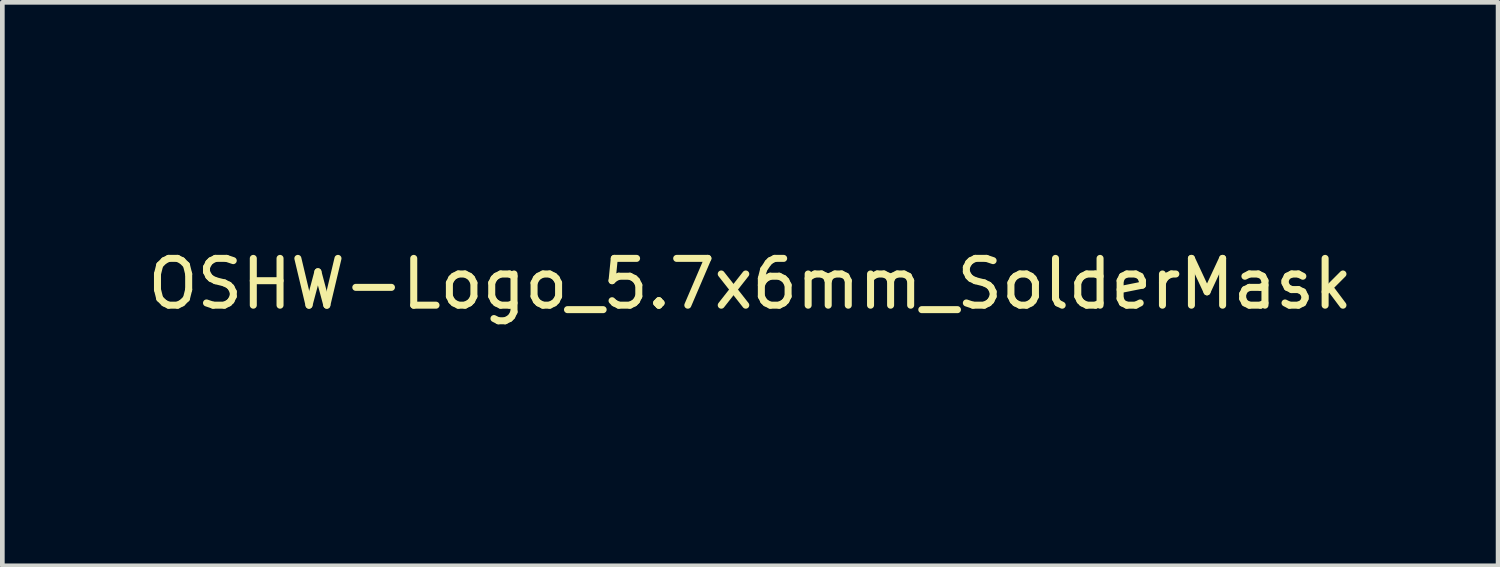
<source format=kicad_pcb>
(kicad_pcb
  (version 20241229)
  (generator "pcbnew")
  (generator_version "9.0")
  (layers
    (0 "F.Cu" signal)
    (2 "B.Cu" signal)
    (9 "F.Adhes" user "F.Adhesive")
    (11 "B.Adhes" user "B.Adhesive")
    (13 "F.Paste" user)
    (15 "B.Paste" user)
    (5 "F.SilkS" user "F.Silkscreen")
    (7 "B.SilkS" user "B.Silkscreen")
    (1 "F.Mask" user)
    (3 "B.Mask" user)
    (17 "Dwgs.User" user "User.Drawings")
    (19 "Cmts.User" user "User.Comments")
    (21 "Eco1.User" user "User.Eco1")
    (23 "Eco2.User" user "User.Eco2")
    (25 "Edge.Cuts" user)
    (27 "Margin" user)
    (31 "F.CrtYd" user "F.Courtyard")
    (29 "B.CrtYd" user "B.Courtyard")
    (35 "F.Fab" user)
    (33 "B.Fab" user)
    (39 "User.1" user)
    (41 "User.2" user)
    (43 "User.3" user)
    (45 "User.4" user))
  (footprint "OSHW-Logo_5.7x6mm_SolderMask"
    (layer "F.Cu")
    (at 12.982 3.017)
    (property "Reference" "OSHW-Logo_5.7x6mm_SolderMask" (at 0 0 0) (layer "F.SilkS") (effects (font (size 1 1) (thickness 0.15))))
    (attr exclude_from_pos_files exclude_from_bom)
    (fp_poly (pts (xy 1.799 1.458) (xy 1.843 1.471) (xy 1.871 1.488) (xy 1.88 1.501) (xy 1.877 1.517) (xy 1.861 1.541) (xy 1.847 1.559) (xy 1.819 1.59) (xy 1.798 1.604) (xy 1.78 1.603) (xy 1.726 1.589) (xy 1.687 1.59) (xy 1.655 1.605) (xy 1.644 1.614) (xy 1.61 1.646) (xy 1.61 2.062) (xy 1.471 2.062) (xy 1.471 1.459) (xy 1.54 1.459) (xy 1.582 1.46) (xy 1.603 1.466) (xy 1.61 1.477) (xy 1.61 1.478) (xy 1.612 1.49) (xy 1.626 1.488) (xy 1.644 1.48) (xy 1.682 1.464) (xy 1.713 1.454) (xy 1.753 1.451) (xy 1.799 1.458)) (stroke (width 0.01) (type solid)) (fill yes) (layer "F.Mask"))
    (fp_poly (pts (xy 1.635 2.401) (xy 1.684 2.411) (xy 1.711 2.425) (xy 1.74 2.449) (xy 1.699 2.501) (xy 1.673 2.532) (xy 1.656 2.547) (xy 1.639 2.55) (xy 1.614 2.542) (xy 1.602 2.538) (xy 1.554 2.532) (xy 1.51 2.545) (xy 1.478 2.576) (xy 1.473 2.585) (xy 1.467 2.611) (xy 1.463 2.659) (xy 1.46 2.725) (xy 1.459 2.806) (xy 1.459 2.817) (xy 1.459 3.018) (xy 1.32 3.018) (xy 1.32 2.402) (xy 1.389 2.402) (xy 1.429 2.403) (xy 1.45 2.407) (xy 1.458 2.418) (xy 1.459 2.428) (xy 1.459 2.454) (xy 1.492 2.428) (xy 1.53 2.41) (xy 1.581 2.401) (xy 1.635 2.401)) (stroke (width 0.01) (type solid)) (fill yes) (layer "F.Mask"))
    (fp_poly (pts (xy -0.993 2.403) (xy -0.975 2.409) (xy -0.968 2.421) (xy -0.968 2.427) (xy -0.967 2.442) (xy -0.96 2.445) (xy -0.939 2.434) (xy -0.927 2.427) (xy -0.889 2.411) (xy -0.844 2.403) (xy -0.797 2.403) (xy -0.752 2.409) (xy -0.716 2.42) (xy -0.693 2.436) (xy -0.688 2.456) (xy -0.69 2.462) (xy -0.707 2.485) (xy -0.733 2.513) (xy -0.738 2.517) (xy -0.762 2.538) (xy -0.784 2.545) (xy -0.814 2.54) (xy -0.826 2.537) (xy -0.863 2.529) (xy -0.889 2.533) (xy -0.911 2.545) (xy -0.931 2.561) (xy -0.946 2.581) (xy -0.956 2.609) (xy -0.963 2.648) (xy -0.967 2.704) (xy -0.968 2.779) (xy -0.968 2.824) (xy -0.968 3.018) (xy -1.094 3.018) (xy -1.094 2.402) (xy -1.031 2.402) (xy -0.993 2.403)) (stroke (width 0.01) (type solid)) (fill yes) (layer "F.Mask"))
    (fp_poly (pts (xy 0.993 1.654) (xy 0.995 1.747) (xy 0.999 1.817) (xy 1.008 1.867) (xy 1.022 1.902) (xy 1.042 1.923) (xy 1.071 1.933) (xy 1.107 1.936) (xy 1.144 1.933) (xy 1.172 1.922) (xy 1.192 1.9) (xy 1.206 1.865) (xy 1.214 1.814) (xy 1.219 1.742) (xy 1.22 1.654) (xy 1.22 1.459) (xy 1.358 1.459) (xy 1.358 2.062) (xy 1.289 2.062) (xy 1.247 2.06) (xy 1.226 2.055) (xy 1.22 2.043) (xy 1.216 2.033) (xy 1.202 2.035) (xy 1.173 2.05) (xy 1.106 2.071) (xy 1.036 2.07) (xy 0.968 2.046) (xy 0.936 2.027) (xy 0.912 2.007) (xy 0.894 1.982) (xy 0.881 1.947) (xy 0.874 1.901) (xy 0.87 1.839) (xy 0.868 1.758) (xy 0.868 1.695) (xy 0.868 1.459) (xy 0.993 1.459) (xy 0.993 1.654)) (stroke (width 0.01) (type solid)) (fill yes) (layer "F.Mask"))
    (fp_poly (pts (xy -0.754 1.469) (xy -0.723 1.484) (xy -0.692 1.506) (xy -0.669 1.53) (xy -0.652 1.562) (xy -0.641 1.604) (xy -0.634 1.66) (xy -0.63 1.734) (xy -0.629 1.829) (xy -0.629 1.839) (xy -0.629 2.062) (xy -0.767 2.062) (xy -0.767 1.856) (xy -0.767 1.78) (xy -0.768 1.725) (xy -0.77 1.687) (xy -0.773 1.661) (xy -0.779 1.643) (xy -0.788 1.63) (xy -0.8 1.618) (xy -0.843 1.59) (xy -0.89 1.585) (xy -0.934 1.602) (xy -0.95 1.615) (xy -0.961 1.627) (xy -0.969 1.641) (xy -0.975 1.659) (xy -0.978 1.686) (xy -0.98 1.726) (xy -0.981 1.784) (xy -0.981 1.854) (xy -0.981 2.062) (xy -1.119 2.062) (xy -1.119 1.459) (xy -1.05 1.459) (xy -1.008 1.46) (xy -0.987 1.466) (xy -0.981 1.477) (xy -0.981 1.478) (xy -0.978 1.489) (xy -0.965 1.488) (xy -0.94 1.475) (xy -0.883 1.457) (xy -0.817 1.455) (xy -0.754 1.469)) (stroke (width 0.01) (type solid)) (fill yes) (layer "F.Mask"))
    (fp_poly (pts (xy 2.217 1.464) (xy 2.29 1.495) (xy 2.313 1.51) (xy 2.342 1.533) (xy 2.361 1.551) (xy 2.364 1.557) (xy 2.355 1.57) (xy 2.332 1.593) (xy 2.313 1.608) (xy 2.263 1.649) (xy 2.223 1.615) (xy 2.192 1.594) (xy 2.162 1.586) (xy 2.127 1.588) (xy 2.073 1.602) (xy 2.035 1.63) (xy 2.012 1.675) (xy 2.002 1.741) (xy 2.002 1.741) (xy 2.002 1.815) (xy 2.016 1.869) (xy 2.044 1.906) (xy 2.063 1.918) (xy 2.114 1.934) (xy 2.168 1.934) (xy 2.215 1.919) (xy 2.226 1.911) (xy 2.253 1.893) (xy 2.275 1.889) (xy 2.299 1.903) (xy 2.325 1.929) (xy 2.366 1.971) (xy 2.32 2.008) (xy 2.25 2.051) (xy 2.17 2.072) (xy 2.087 2.07) (xy 2.033 2.056) (xy 1.969 2.022) (xy 1.918 1.968) (xy 1.895 1.93) (xy 1.876 1.876) (xy 1.867 1.806) (xy 1.867 1.731) (xy 1.876 1.659) (xy 1.894 1.599) (xy 1.897 1.593) (xy 1.94 1.532) (xy 1.998 1.488) (xy 2.067 1.461) (xy 2.141 1.453) (xy 2.217 1.464)) (stroke (width 0.01) (type solid)) (fill yes) (layer "F.Mask"))
    (fp_poly (pts (xy 0.611 1.466) (xy 0.674 1.501) (xy 0.724 1.555) (xy 0.748 1.6) (xy 0.758 1.639) (xy 0.764 1.695) (xy 0.767 1.76) (xy 0.766 1.824) (xy 0.761 1.881) (xy 0.755 1.912) (xy 0.734 1.953) (xy 0.698 1.997) (xy 0.656 2.036) (xy 0.613 2.061) (xy 0.612 2.061) (xy 0.56 2.072) (xy 0.497 2.073) (xy 0.438 2.063) (xy 0.415 2.055) (xy 0.356 2.021) (xy 0.314 1.978) (xy 0.286 1.92) (xy 0.271 1.844) (xy 0.267 1.804) (xy 0.268 1.754) (xy 0.402 1.754) (xy 0.407 1.827) (xy 0.42 1.882) (xy 0.441 1.918) (xy 0.456 1.928) (xy 0.493 1.935) (xy 0.539 1.933) (xy 0.577 1.923) (xy 0.588 1.917) (xy 0.615 1.885) (xy 0.632 1.835) (xy 0.64 1.774) (xy 0.636 1.708) (xy 0.628 1.669) (xy 0.604 1.624) (xy 0.567 1.595) (xy 0.522 1.586) (xy 0.475 1.596) (xy 0.439 1.621) (xy 0.42 1.642) (xy 0.409 1.662) (xy 0.404 1.69) (xy 0.402 1.733) (xy 0.402 1.754) (xy 0.268 1.754) (xy 0.268 1.698) (xy 0.285 1.611) (xy 0.319 1.543) (xy 0.369 1.494) (xy 0.435 1.464) (xy 0.45 1.46) (xy 0.535 1.452) (xy 0.611 1.466)) (stroke (width 0.01) (type solid)) (fill yes) (layer "F.Mask"))
    (fp_poly (pts (xy 0.282 2.404) (xy 0.331 2.408) (xy 0.461 2.798) (xy 0.482 2.729) (xy 0.494 2.686) (xy 0.51 2.628) (xy 0.528 2.565) (xy 0.537 2.531) (xy 0.571 2.402) (xy 0.714 2.402) (xy 0.672 2.537) (xy 0.651 2.603) (xy 0.625 2.684) (xy 0.599 2.767) (xy 0.575 2.842) (xy 0.521 3.012) (xy 0.463 3.015) (xy 0.404 3.019) (xy 0.373 2.915) (xy 0.353 2.85) (xy 0.332 2.778) (xy 0.313 2.715) (xy 0.313 2.713) (xy 0.299 2.67) (xy 0.286 2.641) (xy 0.278 2.63) (xy 0.276 2.631) (xy 0.27 2.648) (xy 0.258 2.685) (xy 0.242 2.736) (xy 0.224 2.798) (xy 0.214 2.832) (xy 0.159 3.018) (xy 0.043 3.018) (xy -0.049 2.725) (xy -0.075 2.643) (xy -0.099 2.569) (xy -0.119 2.506) (xy -0.135 2.457) (xy -0.145 2.426) (xy -0.148 2.417) (xy -0.146 2.407) (xy -0.127 2.403) (xy -0.087 2.404) (xy -0.081 2.404) (xy -0.008 2.408) (xy 0.04 2.584) (xy 0.058 2.648) (xy 0.073 2.705) (xy 0.086 2.748) (xy 0.094 2.775) (xy 0.095 2.779) (xy 0.101 2.774) (xy 0.113 2.749) (xy 0.13 2.706) (xy 0.15 2.65) (xy 0.167 2.599) (xy 0.232 2.401) (xy 0.282 2.404)) (stroke (width 0.01) (type solid)) (fill yes) (layer "F.Mask"))
    (fp_poly (pts (xy -2.538 1.465) (xy -2.472 1.494) (xy -2.423 1.543) (xy -2.388 1.611) (xy -2.37 1.699) (xy -2.369 1.712) (xy -2.368 1.809) (xy -2.381 1.894) (xy -2.408 1.962) (xy -2.423 1.984) (xy -2.473 2.031) (xy -2.538 2.061) (xy -2.61 2.074) (xy -2.683 2.067) (xy -2.739 2.048) (xy -2.787 2.015) (xy -2.826 1.971) (xy -2.827 1.97) (xy -2.843 1.943) (xy -2.853 1.916) (xy -2.86 1.882) (xy -2.863 1.834) (xy -2.865 1.795) (xy -2.866 1.759) (xy -2.74 1.759) (xy -2.739 1.795) (xy -2.734 1.842) (xy -2.726 1.872) (xy -2.712 1.894) (xy -2.699 1.907) (xy -2.652 1.933) (xy -2.603 1.937) (xy -2.557 1.918) (xy -2.534 1.896) (xy -2.517 1.875) (xy -2.507 1.854) (xy -2.503 1.828) (xy -2.503 1.788) (xy -2.504 1.751) (xy -2.507 1.698) (xy -2.512 1.664) (xy -2.52 1.641) (xy -2.533 1.624) (xy -2.544 1.615) (xy -2.589 1.589) (xy -2.637 1.588) (xy -2.678 1.603) (xy -2.713 1.635) (xy -2.733 1.687) (xy -2.74 1.759) (xy -2.866 1.759) (xy -2.866 1.717) (xy -2.864 1.658) (xy -2.856 1.614) (xy -2.843 1.579) (xy -2.822 1.549) (xy -2.814 1.539) (xy -2.766 1.494) (xy -2.714 1.467) (xy -2.651 1.456) (xy -2.62 1.455) (xy -2.538 1.465)) (stroke (width 0.01) (type solid)) (fill yes) (layer "F.Mask"))
    (fp_poly (pts (xy -0.201 3.018) (xy -0.27 3.018) (xy -0.31 3.017) (xy -0.331 3.012) (xy -0.339 3.001) (xy -0.34 2.994) (xy -0.341 2.98) (xy -0.349 2.977) (xy -0.37 2.986) (xy -0.386 2.994) (xy -0.449 3.014) (xy -0.517 3.015) (xy -0.573 3) (xy -0.624 2.965) (xy -0.664 2.913) (xy -0.685 2.851) (xy -0.686 2.848) (xy -0.689 2.811) (xy -0.691 2.757) (xy -0.691 2.716) (xy -0.553 2.716) (xy -0.55 2.77) (xy -0.543 2.815) (xy -0.533 2.84) (xy -0.496 2.874) (xy -0.452 2.887) (xy -0.407 2.877) (xy -0.368 2.847) (xy -0.353 2.827) (xy -0.345 2.803) (xy -0.34 2.768) (xy -0.34 2.716) (xy -0.341 2.664) (xy -0.346 2.619) (xy -0.353 2.588) (xy -0.354 2.585) (xy -0.38 2.553) (xy -0.42 2.535) (xy -0.463 2.532) (xy -0.504 2.545) (xy -0.534 2.573) (xy -0.537 2.578) (xy -0.547 2.612) (xy -0.552 2.661) (xy -0.553 2.716) (xy -0.691 2.716) (xy -0.691 2.696) (xy -0.69 2.663) (xy -0.684 2.581) (xy -0.671 2.52) (xy -0.649 2.474) (xy -0.618 2.441) (xy -0.587 2.421) (xy -0.544 2.407) (xy -0.491 2.402) (xy -0.436 2.406) (xy -0.39 2.418) (xy -0.365 2.433) (xy -0.34 2.456) (xy -0.34 2.163) (xy -0.201 2.163) (xy -0.201 3.018)) (stroke (width 0.01) (type solid)) (fill yes) (layer "F.Mask"))
    (fp_poly (pts (xy 2.678 1.456) (xy 2.71 1.464) (xy 2.772 1.493) (xy 2.825 1.537) (xy 2.861 1.589) (xy 2.866 1.601) (xy 2.873 1.632) (xy 2.878 1.677) (xy 2.88 1.723) (xy 2.88 1.811) (xy 2.697 1.811) (xy 2.622 1.811) (xy 2.569 1.813) (xy 2.535 1.817) (xy 2.518 1.826) (xy 2.514 1.84) (xy 2.521 1.86) (xy 2.533 1.884) (xy 2.566 1.925) (xy 2.612 1.945) (xy 2.669 1.944) (xy 2.733 1.922) (xy 2.788 1.895) (xy 2.834 1.932) (xy 2.88 1.968) (xy 2.837 2.008) (xy 2.779 2.046) (xy 2.708 2.068) (xy 2.632 2.075) (xy 2.558 2.063) (xy 2.546 2.059) (xy 2.481 2.026) (xy 2.433 1.975) (xy 2.4 1.906) (xy 2.382 1.818) (xy 2.382 1.816) (xy 2.381 1.72) (xy 2.387 1.686) (xy 2.515 1.686) (xy 2.527 1.691) (xy 2.558 1.695) (xy 2.605 1.697) (xy 2.635 1.698) (xy 2.691 1.697) (xy 2.725 1.696) (xy 2.744 1.692) (xy 2.75 1.685) (xy 2.748 1.674) (xy 2.747 1.669) (xy 2.724 1.627) (xy 2.689 1.594) (xy 2.658 1.579) (xy 2.616 1.58) (xy 2.574 1.598) (xy 2.539 1.629) (xy 2.518 1.666) (xy 2.515 1.686) (xy 2.387 1.686) (xy 2.397 1.635) (xy 2.429 1.564) (xy 2.475 1.509) (xy 2.533 1.471) (xy 2.601 1.453) (xy 2.678 1.456)) (stroke (width 0.01) (type solid)) (fill yes) (layer "F.Mask"))
    (fp_poly (pts (xy 0.014 1.456) (xy 0.062 1.465) (xy 0.111 1.484) (xy 0.116 1.487) (xy 0.154 1.506) (xy 0.18 1.525) (xy 0.188 1.537) (xy 0.18 1.556) (xy 0.161 1.584) (xy 0.152 1.594) (xy 0.117 1.636) (xy 0.071 1.609) (xy 0.027 1.591) (xy -0.023 1.581) (xy -0.071 1.581) (xy -0.109 1.59) (xy -0.117 1.595) (xy -0.135 1.621) (xy -0.137 1.651) (xy -0.124 1.674) (xy -0.116 1.679) (xy -0.094 1.684) (xy -0.054 1.691) (xy -0.005 1.697) (xy 0.004 1.698) (xy 0.083 1.712) (xy 0.14 1.735) (xy 0.178 1.77) (xy 0.199 1.818) (xy 0.206 1.878) (xy 0.197 1.945) (xy 0.167 1.998) (xy 0.117 2.037) (xy 0.047 2.061) (xy -0.031 2.071) (xy -0.095 2.071) (xy -0.147 2.062) (xy -0.182 2.05) (xy -0.227 2.029) (xy -0.268 2.005) (xy -0.283 1.994) (xy -0.321 1.963) (xy -0.275 1.917) (xy -0.23 1.871) (xy -0.178 1.905) (xy -0.126 1.931) (xy -0.071 1.944) (xy -0.017 1.946) (xy 0.028 1.935) (xy 0.06 1.914) (xy 0.07 1.895) (xy 0.069 1.865) (xy 0.043 1.843) (xy -0.007 1.827) (xy -0.061 1.82) (xy -0.145 1.806) (xy -0.207 1.78) (xy -0.248 1.741) (xy -0.27 1.688) (xy -0.273 1.625) (xy -0.258 1.56) (xy -0.225 1.51) (xy -0.171 1.476) (xy -0.099 1.458) (xy -0.045 1.455) (xy 0.014 1.456)) (stroke (width 0.01) (type solid)) (fill yes) (layer "F.Mask"))
    (fp_poly (pts (xy 2.033 2.405) (xy 2.093 2.421) (xy 2.143 2.453) (xy 2.167 2.477) (xy 2.207 2.534) (xy 2.23 2.6) (xy 2.238 2.681) (xy 2.238 2.688) (xy 2.238 2.754) (xy 1.858 2.754) (xy 1.866 2.788) (xy 1.881 2.82) (xy 1.907 2.852) (xy 1.912 2.857) (xy 1.958 2.886) (xy 2.01 2.89) (xy 2.071 2.872) (xy 2.081 2.867) (xy 2.112 2.852) (xy 2.133 2.843) (xy 2.137 2.842) (xy 2.15 2.85) (xy 2.174 2.869) (xy 2.187 2.879) (xy 2.212 2.903) (xy 2.221 2.919) (xy 2.215 2.934) (xy 2.212 2.938) (xy 2.191 2.955) (xy 2.156 2.976) (xy 2.131 2.988) (xy 2.062 3.01) (xy 1.985 3.017) (xy 1.913 3.009) (xy 1.892 3.003) (xy 1.829 2.969) (xy 1.783 2.917) (xy 1.752 2.846) (xy 1.737 2.757) (xy 1.736 2.71) (xy 1.74 2.641) (xy 1.861 2.641) (xy 1.873 2.646) (xy 1.904 2.65) (xy 1.95 2.653) (xy 1.98 2.653) (xy 2.036 2.653) (xy 2.071 2.651) (xy 2.09 2.647) (xy 2.098 2.639) (xy 2.1 2.628) (xy 2.089 2.594) (xy 2.062 2.561) (xy 2.026 2.535) (xy 1.991 2.525) (xy 1.942 2.534) (xy 1.9 2.561) (xy 1.871 2.6) (xy 1.861 2.641) (xy 1.74 2.641) (xy 1.743 2.61) (xy 1.764 2.531) (xy 1.8 2.471) (xy 1.852 2.431) (xy 1.92 2.408) (xy 1.957 2.404) (xy 2.033 2.405)) (stroke (width 0.01) (type solid)) (fill yes) (layer "F.Mask"))
    (fp_poly (pts (xy -1.357 1.473) (xy -1.344 1.479) (xy -1.301 1.51) (xy -1.26 1.557) (xy -1.229 1.608) (xy -1.22 1.631) (xy -1.213 1.673) (xy -1.208 1.724) (xy -1.207 1.745) (xy -1.207 1.811) (xy -1.587 1.811) (xy -1.579 1.845) (xy -1.559 1.886) (xy -1.524 1.922) (xy -1.483 1.944) (xy -1.457 1.949) (xy -1.421 1.943) (xy -1.378 1.929) (xy -1.364 1.922) (xy -1.31 1.896) (xy -1.265 1.93) (xy -1.238 1.954) (xy -1.224 1.973) (xy -1.223 1.979) (xy -1.236 1.993) (xy -1.263 2.014) (xy -1.288 2.03) (xy -1.356 2.06) (xy -1.431 2.073) (xy -1.506 2.07) (xy -1.565 2.052) (xy -1.627 2.013) (xy -1.671 1.962) (xy -1.698 1.895) (xy -1.71 1.811) (xy -1.711 1.773) (xy -1.707 1.685) (xy -1.706 1.682) (xy -1.581 1.682) (xy -1.577 1.691) (xy -1.563 1.695) (xy -1.533 1.697) (xy -1.485 1.698) (xy -1.466 1.698) (xy -1.408 1.697) (xy -1.372 1.694) (xy -1.353 1.689) (xy -1.346 1.681) (xy -1.345 1.679) (xy -1.353 1.658) (xy -1.373 1.63) (xy -1.382 1.62) (xy -1.413 1.591) (xy -1.446 1.58) (xy -1.464 1.579) (xy -1.512 1.591) (xy -1.552 1.622) (xy -1.577 1.668) (xy -1.578 1.669) (xy -1.581 1.682) (xy -1.706 1.682) (xy -1.692 1.616) (xy -1.666 1.56) (xy -1.634 1.521) (xy -1.574 1.478) (xy -1.504 1.455) (xy -1.43 1.453) (xy -1.357 1.473)) (stroke (width 0.01) (type solid)) (fill yes) (layer "F.Mask"))
    (fp_poly (pts (xy 1.038 2.405) (xy 1.091 2.418) (xy 1.107 2.425) (xy 1.136 2.443) (xy 1.159 2.463) (xy 1.176 2.489) (xy 1.188 2.524) (xy 1.196 2.572) (xy 1.201 2.636) (xy 1.204 2.72) (xy 1.205 2.776) (xy 1.209 3.018) (xy 1.139 3.018) (xy 1.096 3.016) (xy 1.074 3.01) (xy 1.069 3) (xy 1.066 2.989) (xy 1.052 2.991) (xy 1.034 3) (xy 0.989 3.013) (xy 0.93 3.017) (xy 0.868 3.011) (xy 0.814 2.996) (xy 0.809 2.993) (xy 0.759 2.958) (xy 0.726 2.909) (xy 0.711 2.852) (xy 0.712 2.832) (xy 0.836 2.832) (xy 0.846 2.859) (xy 0.879 2.879) (xy 0.931 2.89) (xy 0.959 2.891) (xy 1.005 2.888) (xy 1.036 2.874) (xy 1.044 2.867) (xy 1.064 2.831) (xy 1.069 2.798) (xy 1.069 2.754) (xy 1.008 2.754) (xy 0.936 2.757) (xy 0.886 2.769) (xy 0.855 2.789) (xy 0.848 2.798) (xy 0.836 2.832) (xy 0.712 2.832) (xy 0.714 2.792) (xy 0.737 2.735) (xy 0.768 2.697) (xy 0.786 2.68) (xy 0.805 2.669) (xy 0.829 2.662) (xy 0.864 2.658) (xy 0.917 2.656) (xy 0.938 2.655) (xy 1.069 2.651) (xy 1.069 2.611) (xy 1.064 2.569) (xy 1.045 2.544) (xy 1.008 2.528) (xy 1.007 2.528) (xy 0.954 2.521) (xy 0.903 2.53) (xy 0.865 2.55) (xy 0.849 2.56) (xy 0.833 2.558) (xy 0.807 2.544) (xy 0.792 2.534) (xy 0.763 2.512) (xy 0.745 2.496) (xy 0.742 2.491) (xy 0.754 2.467) (xy 0.789 2.438) (xy 0.805 2.428) (xy 0.849 2.412) (xy 0.908 2.402) (xy 0.974 2.4) (xy 1.038 2.405)) (stroke (width 0.01) (type solid)) (fill yes) (layer "F.Mask"))
    (fp_poly (pts (xy -1.384 2.407) (xy -1.325 2.422) (xy -1.28 2.451) (xy -1.248 2.488) (xy -1.238 2.504) (xy -1.231 2.521) (xy -1.226 2.543) (xy -1.223 2.573) (xy -1.221 2.615) (xy -1.22 2.674) (xy -1.22 2.753) (xy -1.22 2.774) (xy -1.22 3.018) (xy -1.28 3.018) (xy -1.319 3.015) (xy -1.347 3.008) (xy -1.354 3.004) (xy -1.374 2.997) (xy -1.394 3.004) (xy -1.426 3.013) (xy -1.474 3.017) (xy -1.527 3.015) (xy -1.575 3.009) (xy -1.603 3) (xy -1.658 2.965) (xy -1.692 2.916) (xy -1.707 2.852) (xy -1.707 2.85) (xy -1.706 2.822) (xy -1.584 2.822) (xy -1.574 2.854) (xy -1.556 2.873) (xy -1.522 2.886) (xy -1.476 2.892) (xy -1.429 2.889) (xy -1.392 2.878) (xy -1.381 2.871) (xy -1.363 2.839) (xy -1.358 2.802) (xy -1.358 2.754) (xy -1.428 2.754) (xy -1.494 2.759) (xy -1.544 2.773) (xy -1.575 2.796) (xy -1.584 2.822) (xy -1.706 2.822) (xy -1.704 2.78) (xy -1.681 2.724) (xy -1.637 2.682) (xy -1.631 2.678) (xy -1.605 2.665) (xy -1.573 2.658) (xy -1.528 2.654) (xy -1.474 2.653) (xy -1.358 2.653) (xy -1.358 2.604) (xy -1.363 2.567) (xy -1.376 2.541) (xy -1.377 2.54) (xy -1.405 2.529) (xy -1.447 2.525) (xy -1.494 2.527) (xy -1.535 2.535) (xy -1.56 2.547) (xy -1.573 2.557) (xy -1.587 2.559) (xy -1.607 2.551) (xy -1.636 2.531) (xy -1.68 2.497) (xy -1.684 2.494) (xy -1.682 2.482) (xy -1.665 2.463) (xy -1.638 2.441) (xy -1.61 2.423) (xy -1.6 2.419) (xy -1.567 2.41) (xy -1.519 2.404) (xy -1.465 2.402) (xy -1.462 2.402) (xy -1.384 2.407)) (stroke (width 0.01) (type solid)) (fill yes) (layer "F.Mask"))
    (fp_poly (pts (xy -1.909 1.469) (xy -1.882 1.482) (xy -1.85 1.505) (xy -1.826 1.53) (xy -1.809 1.561) (xy -1.799 1.603) (xy -1.794 1.66) (xy -1.792 1.736) (xy -1.792 1.769) (xy -1.792 1.841) (xy -1.794 1.892) (xy -1.796 1.927) (xy -1.802 1.952) (xy -1.81 1.97) (xy -1.818 1.982) (xy -1.87 2.034) (xy -1.932 2.065) (xy -1.999 2.075) (xy -2.066 2.061) (xy -2.087 2.051) (xy -2.138 2.025) (xy -2.138 2.44) (xy -2.101 2.421) (xy -2.052 2.406) (xy -1.992 2.402) (xy -1.932 2.409) (xy -1.886 2.425) (xy -1.849 2.455) (xy -1.817 2.498) (xy -1.814 2.502) (xy -1.804 2.523) (xy -1.797 2.544) (xy -1.791 2.57) (xy -1.788 2.604) (xy -1.786 2.651) (xy -1.786 2.715) (xy -1.786 2.787) (xy -1.786 3.018) (xy -1.924 3.018) (xy -1.924 2.593) (xy -1.963 2.56) (xy -2.003 2.534) (xy -2.041 2.529) (xy -2.079 2.541) (xy -2.099 2.553) (xy -2.115 2.57) (xy -2.125 2.596) (xy -2.133 2.634) (xy -2.137 2.688) (xy -2.14 2.761) (xy -2.141 2.81) (xy -2.144 3.012) (xy -2.21 3.015) (xy -2.276 3.019) (xy -2.276 1.771) (xy -2.138 1.771) (xy -2.134 1.84) (xy -2.122 1.889) (xy -2.1 1.919) (xy -2.066 1.933) (xy -2.031 1.936) (xy -1.991 1.933) (xy -1.965 1.92) (xy -1.949 1.902) (xy -1.936 1.883) (xy -1.928 1.862) (xy -1.925 1.832) (xy -1.925 1.787) (xy -1.926 1.75) (xy -1.929 1.694) (xy -1.932 1.657) (xy -1.939 1.633) (xy -1.95 1.617) (xy -1.96 1.608) (xy -2.002 1.589) (xy -2.052 1.585) (xy -2.08 1.592) (xy -2.109 1.616) (xy -2.128 1.664) (xy -2.137 1.734) (xy -2.138 1.771) (xy -2.276 1.771) (xy -2.276 1.459) (xy -2.207 1.459) (xy -2.165 1.46) (xy -2.144 1.466) (xy -2.138 1.477) (xy -2.138 1.478) (xy -2.135 1.489) (xy -2.122 1.488) (xy -2.097 1.475) (xy -2.038 1.457) (xy -1.972 1.455) (xy -1.909 1.469)) (stroke (width 0.01) (type solid)) (fill yes) (layer "F.Mask"))
    (fp_poly (pts (xy 0.377 -2.71) (xy 0.434 -2.408) (xy 0.853 -2.235) (xy 1.105 -2.407) (xy 1.175 -2.454) (xy 1.239 -2.497) (xy 1.293 -2.532) (xy 1.334 -2.559) (xy 1.36 -2.574) (xy 1.367 -2.578) (xy 1.379 -2.569) (xy 1.406 -2.545) (xy 1.444 -2.509) (xy 1.491 -2.464) (xy 1.542 -2.413) (xy 1.596 -2.358) (xy 1.649 -2.304) (xy 1.698 -2.253) (xy 1.741 -2.208) (xy 1.773 -2.172) (xy 1.793 -2.148) (xy 1.798 -2.14) (xy 1.791 -2.125) (xy 1.772 -2.093) (xy 1.742 -2.047) (xy 1.705 -1.989) (xy 1.66 -1.923) (xy 1.635 -1.886) (xy 1.588 -1.817) (xy 1.546 -1.755) (xy 1.512 -1.703) (xy 1.487 -1.664) (xy 1.473 -1.641) (xy 1.471 -1.636) (xy 1.476 -1.622) (xy 1.489 -1.59) (xy 1.508 -1.544) (xy 1.531 -1.488) (xy 1.557 -1.427) (xy 1.583 -1.366) (xy 1.607 -1.31) (xy 1.628 -1.262) (xy 1.643 -1.228) (xy 1.651 -1.211) (xy 1.652 -1.211) (xy 1.665 -1.208) (xy 1.699 -1.201) (xy 1.75 -1.191) (xy 1.816 -1.178) (xy 1.893 -1.163) (xy 1.937 -1.155) (xy 2.019 -1.14) (xy 2.093 -1.125) (xy 2.155 -1.112) (xy 2.202 -1.101) (xy 2.23 -1.093) (xy 2.235 -1.091) (xy 2.241 -1.074) (xy 2.245 -1.037) (xy 2.248 -0.983) (xy 2.251 -0.917) (xy 2.252 -0.844) (xy 2.252 -0.767) (xy 2.251 -0.691) (xy 2.249 -0.621) (xy 2.246 -0.56) (xy 2.243 -0.514) (xy 2.238 -0.486) (xy 2.235 -0.48) (xy 2.217 -0.473) (xy 2.179 -0.463) (xy 2.127 -0.451) (xy 2.065 -0.439) (xy 2.043 -0.435) (xy 1.938 -0.415) (xy 1.855 -0.4) (xy 1.792 -0.388) (xy 1.745 -0.378) (xy 1.711 -0.37) (xy 1.689 -0.363) (xy 1.676 -0.357) (xy 1.667 -0.351) (xy 1.666 -0.35) (xy 1.655 -0.331) (xy 1.638 -0.294) (xy 1.616 -0.244) (xy 1.592 -0.185) (xy 1.567 -0.121) (xy 1.543 -0.058) (xy 1.522 0.001) (xy 1.505 0.05) (xy 1.494 0.086) (xy 1.492 0.104) (xy 1.492 0.104) (xy 1.501 0.119) (xy 1.523 0.151) (xy 1.554 0.197) (xy 1.593 0.253) (xy 1.637 0.318) (xy 1.649 0.336) (xy 1.694 0.402) (xy 1.733 0.462) (xy 1.765 0.513) (xy 1.787 0.552) (xy 1.798 0.574) (xy 1.798 0.576) (xy 1.789 0.591) (xy 1.765 0.619) (xy 1.729 0.658) (xy 1.683 0.706) (xy 1.632 0.758) (xy 1.577 0.812) (xy 1.523 0.865) (xy 1.472 0.913) (xy 1.427 0.955) (xy 1.391 0.985) (xy 1.368 1.003) (xy 1.362 1.006) (xy 1.347 0.999) (xy 1.316 0.981) (xy 1.275 0.954) (xy 1.244 0.933) (xy 1.187 0.894) (xy 1.119 0.847) (xy 1.051 0.801) (xy 1.014 0.776) (xy 0.891 0.693) (xy 0.787 0.749) (xy 0.74 0.773) (xy 0.7 0.792) (xy 0.672 0.803) (xy 0.665 0.805) (xy 0.657 0.794) (xy 0.641 0.762) (xy 0.617 0.713) (xy 0.588 0.649) (xy 0.555 0.574) (xy 0.518 0.489) (xy 0.48 0.399) (xy 0.441 0.306) (xy 0.402 0.213) (xy 0.365 0.123) (xy 0.331 0.039) (xy 0.301 -0.037) (xy 0.276 -0.1) (xy 0.258 -0.15) (xy 0.248 -0.182) (xy 0.246 -0.193) (xy 0.259 -0.206) (xy 0.288 -0.229) (xy 0.325 -0.256) (xy 0.329 -0.258) (xy 0.426 -0.336) (xy 0.505 -0.427) (xy 0.564 -0.528) (xy 0.603 -0.637) (xy 0.621 -0.749) (xy 0.617 -0.863) (xy 0.591 -0.976) (xy 0.542 -1.084) (xy 0.527 -1.108) (xy 0.452 -1.203) (xy 0.364 -1.28) (xy 0.265 -1.337) (xy 0.158 -1.375) (xy 0.047 -1.393) (xy -0.066 -1.39) (xy -0.176 -1.367) (xy -0.282 -1.322) (xy -0.38 -1.256) (xy -0.41 -1.23) (xy -0.488 -1.145) (xy -0.544 -1.057) (xy -0.582 -0.958) (xy -0.604 -0.86) (xy -0.609 -0.749) (xy -0.591 -0.638) (xy -0.553 -0.531) (xy -0.494 -0.43) (xy -0.418 -0.34) (xy -0.327 -0.264) (xy -0.315 -0.256) (xy -0.277 -0.23) (xy -0.248 -0.207) (xy -0.234 -0.193) (xy -0.234 -0.193) (xy -0.237 -0.177) (xy -0.248 -0.141) (xy -0.268 -0.089) (xy -0.293 -0.023) (xy -0.324 0.055) (xy -0.359 0.14) (xy -0.397 0.231) (xy -0.436 0.325) (xy -0.475 0.417) (xy -0.513 0.506) (xy -0.549 0.589) (xy -0.582 0.662) (xy -0.61 0.724) (xy -0.632 0.77) (xy -0.647 0.797) (xy -0.653 0.805) (xy -0.671 0.799) (xy -0.706 0.784) (xy -0.75 0.762) (xy -0.774 0.749) (xy -0.878 0.693) (xy -1.002 0.776) (xy -1.065 0.819) (xy -1.134 0.866) (xy -1.199 0.911) (xy -1.231 0.933) (xy -1.277 0.963) (xy -1.315 0.988) (xy -1.342 1.003) (xy -1.351 1.006) (xy -1.363 0.997) (xy -1.391 0.974) (xy -1.431 0.937) (xy -1.482 0.891) (xy -1.539 0.836) (xy -1.575 0.801) (xy -1.639 0.739) (xy -1.694 0.683) (xy -1.738 0.636) (xy -1.769 0.601) (xy -1.784 0.579) (xy -1.786 0.575) (xy -1.779 0.558) (xy -1.76 0.524) (xy -1.73 0.476) (xy -1.693 0.419) (xy -1.649 0.354) (xy -1.637 0.336) (xy -1.592 0.27) (xy -1.551 0.211) (xy -1.518 0.162) (xy -1.493 0.126) (xy -1.481 0.107) (xy -1.479 0.104) (xy -1.481 0.089) (xy -1.491 0.055) (xy -1.507 0.006) (xy -1.528 -0.052) (xy -1.552 -0.115) (xy -1.577 -0.178) (xy -1.601 -0.238) (xy -1.623 -0.29) (xy -1.641 -0.328) (xy -1.653 -0.349) (xy -1.654 -0.35) (xy -1.661 -0.356) (xy -1.674 -0.362) (xy -1.694 -0.369) (xy -1.725 -0.376) (xy -1.769 -0.386) (xy -1.829 -0.397) (xy -1.908 -0.412) (xy -2.009 -0.431) (xy -2.03 -0.435) (xy -2.095 -0.447) (xy -2.151 -0.459) (xy -2.194 -0.47) (xy -2.219 -0.478) (xy -2.222 -0.48) (xy -2.228 -0.497) (xy -2.232 -0.534) (xy -2.235 -0.588) (xy -2.238 -0.654) (xy -2.239 -0.728) (xy -2.239 -0.804) (xy -2.239 -0.88) (xy -2.237 -0.95) (xy -2.234 -1.011) (xy -2.23 -1.057) (xy -2.225 -1.085) (xy -2.223 -1.091) (xy -2.206 -1.096) (xy -2.169 -1.106) (xy -2.114 -1.118) (xy -2.045 -1.132) (xy -1.967 -1.147) (xy -1.925 -1.155) (xy -1.844 -1.17) (xy -1.772 -1.184) (xy -1.712 -1.196) (xy -1.668 -1.204) (xy -1.643 -1.21) (xy -1.639 -1.211) (xy -1.633 -1.224) (xy -1.618 -1.256) (xy -1.598 -1.302) (xy -1.574 -1.358) (xy -1.548 -1.418) (xy -1.522 -1.479) (xy -1.498 -1.536) (xy -1.479 -1.584) (xy -1.465 -1.619) (xy -1.459 -1.636) (xy -1.459 -1.637) (xy -1.465 -1.65) (xy -1.485 -1.681) (xy -1.514 -1.727) (xy -1.552 -1.784) (xy -1.596 -1.849) (xy -1.622 -1.886) (xy -1.669 -1.955) (xy -1.71 -2.017) (xy -1.745 -2.07) (xy -1.77 -2.11) (xy -1.784 -2.135) (xy -1.786 -2.14) (xy -1.777 -2.153) (xy -1.754 -2.18) (xy -1.718 -2.219) (xy -1.673 -2.266) (xy -1.623 -2.318) (xy -1.569 -2.373) (xy -1.516 -2.426) (xy -1.465 -2.476) (xy -1.421 -2.519) (xy -1.385 -2.553) (xy -1.362 -2.573) (xy -1.354 -2.578) (xy -1.341 -2.571) (xy -1.311 -2.552) (xy -1.265 -2.522) (xy -1.208 -2.485) (xy -1.142 -2.44) (xy -1.092 -2.407) (xy -0.841 -2.235) (xy -0.631 -2.322) (xy -0.421 -2.408) (xy -0.364 -2.71) (xy -0.308 -3.012) (xy 0.32 -3.012) (xy 0.377 -2.71)) (stroke (width 0.01) (type solid)) (fill yes) (layer "F.Mask")))
  (gr_rect
    (start -3 -3)
    (end 28.964 9.041)
    (stroke (width 0.1) (type default))
    (fill no)
    (layer "Edge.Cuts")))
</source>
